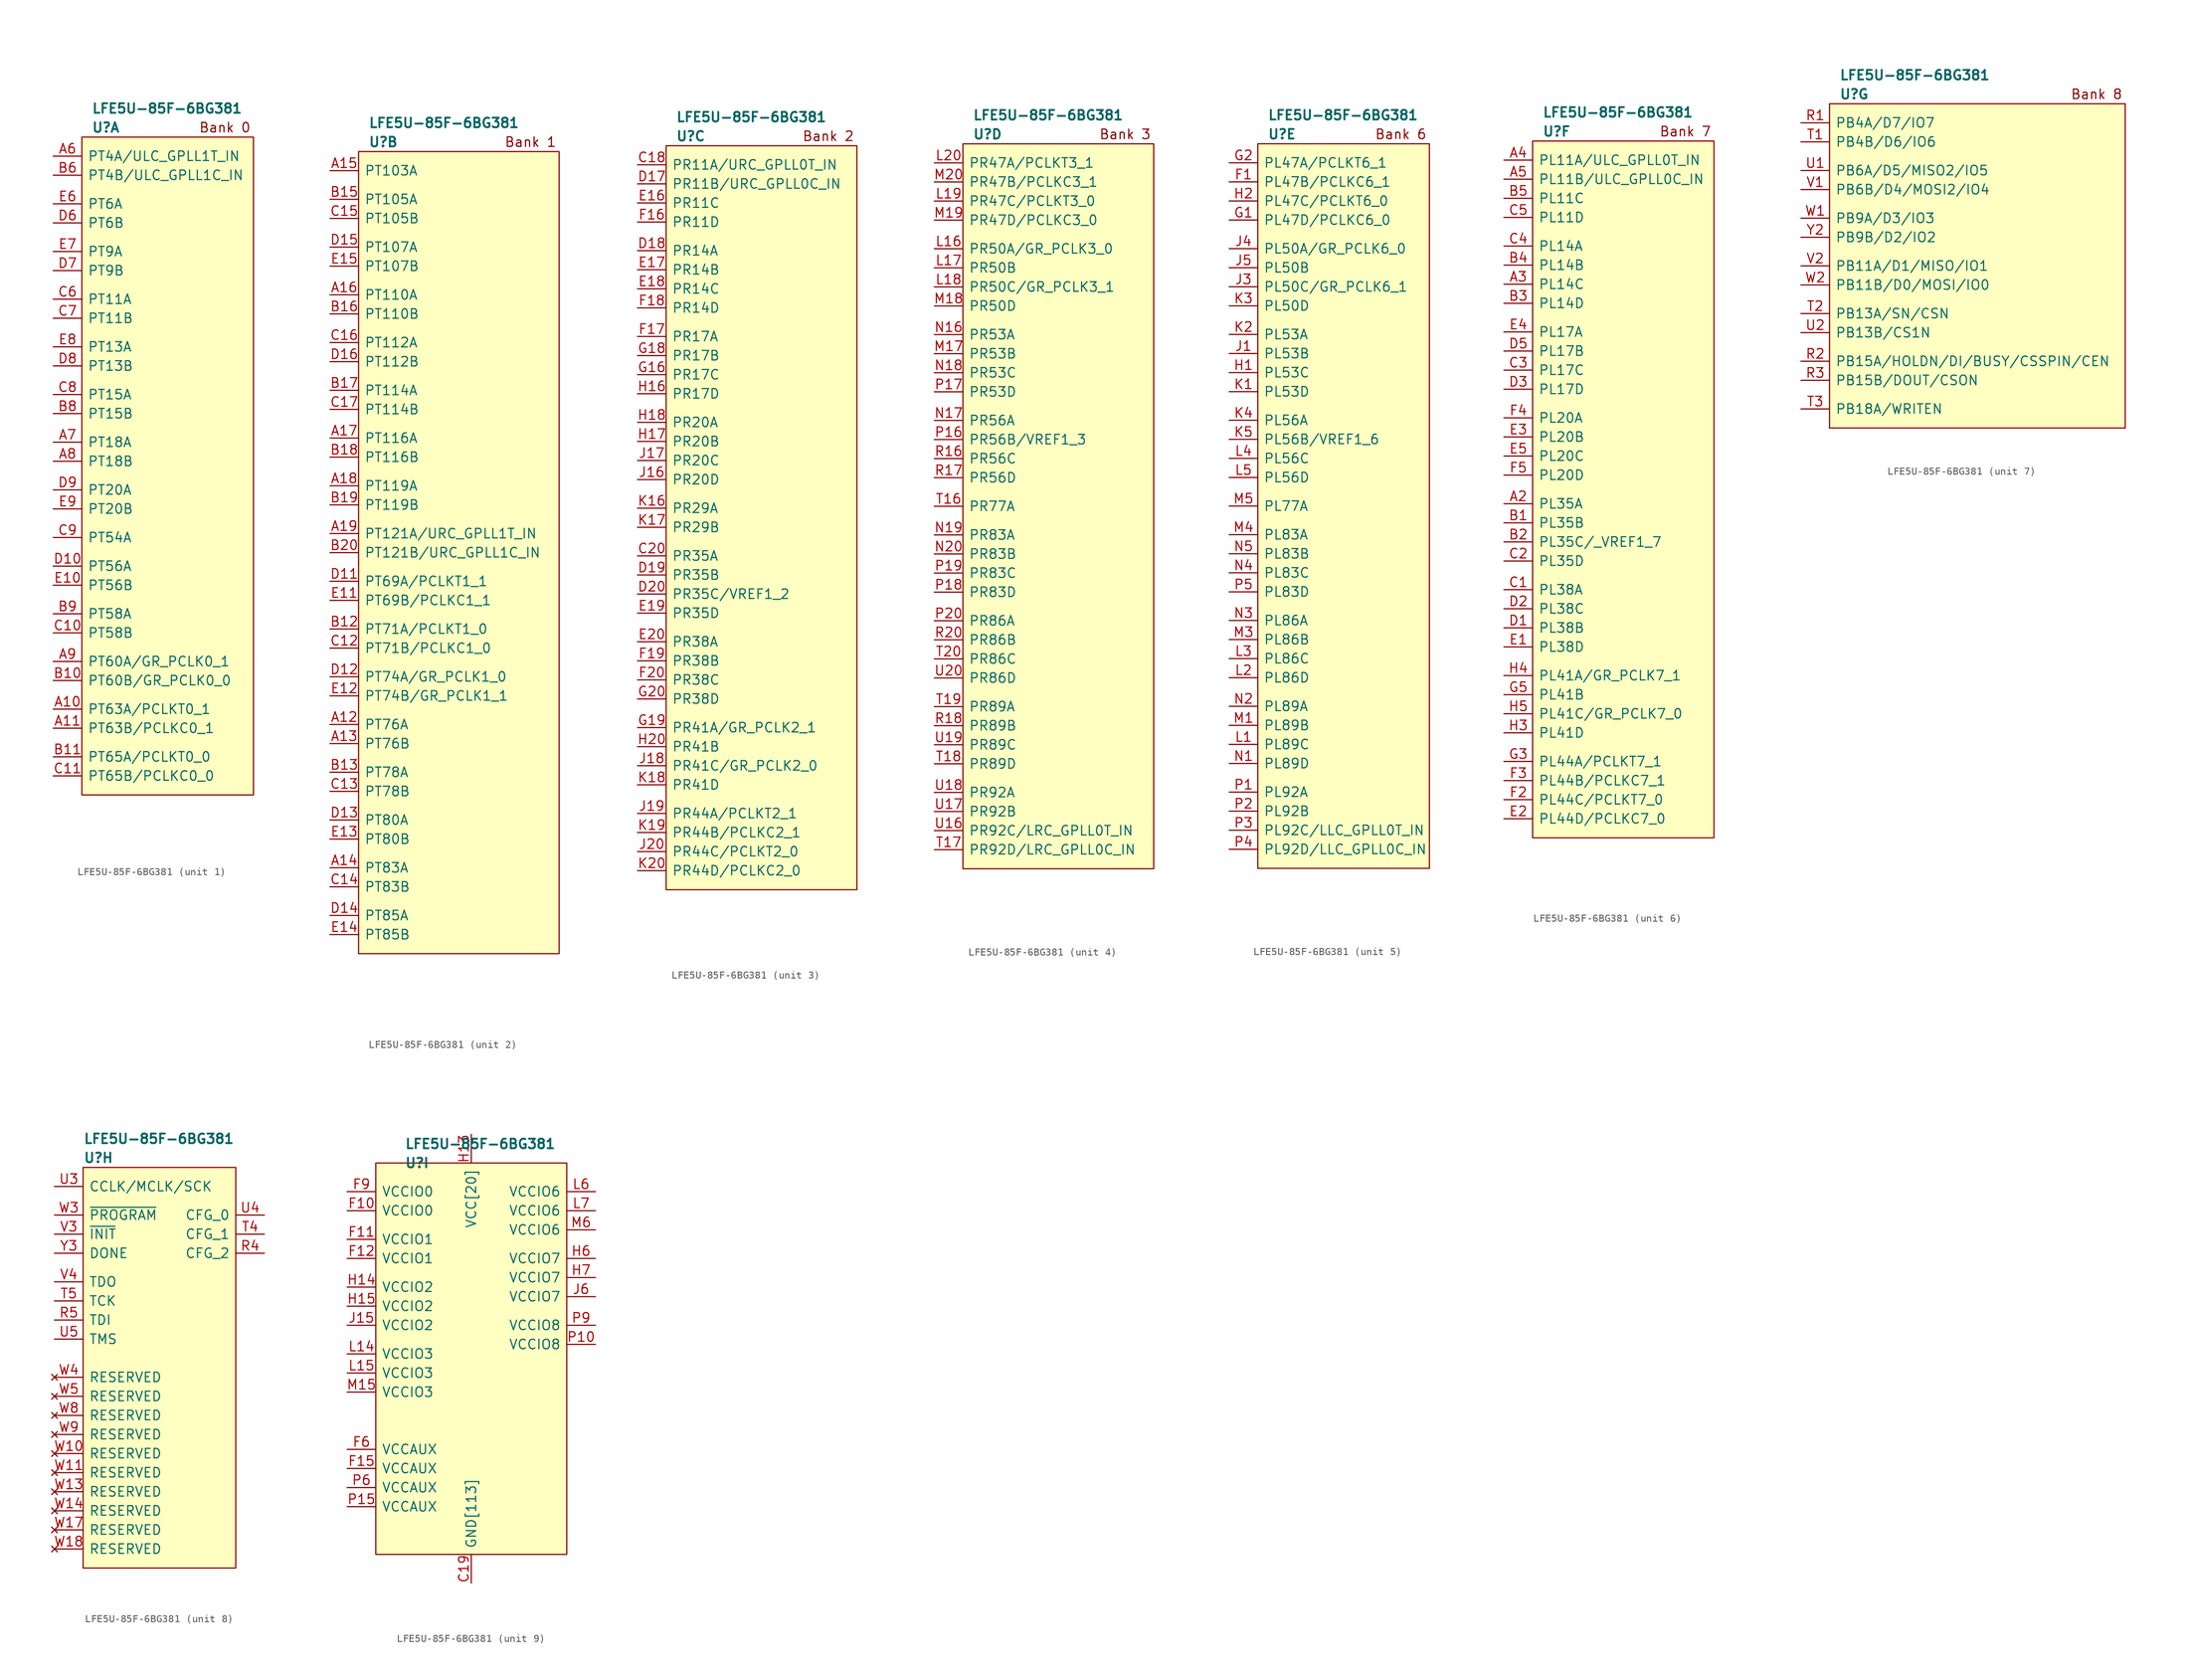
<source format=kicad_sym>
(kicad_symbol_lib
  (version 20211014)
  (generator kicad_symbol_editor)
  (symbol "LFE5U-85F-6BG381"
    (pin_names
      (offset 0.762))
    (property "Reference" "U"
      (at -8.89 45.72 0)
      (effects (font (size 1.27 1.27) bold) (justify left)))
    (property "Value" "LFE5U-85F-6BG381"
      (at -8.89 48.26 0)
      (effects (font (size 1.27 1.27) bold) (justify left)))
    (property "ki_locked" ""
      (at 0 0 0)
      (effects (font (size 1.27 1.27))))
    (symbol "LFE5U-85F-6BG381_1_0"
      (text "Bank 0" (at 8.89 45.72 0) (effects (font (size 1.27 1.27)))))
    (symbol "LFE5U-85F-6BG381_1_1"
      (rectangle (start -10.16 44.45) (end 12.7 -43.18) (stroke (width 0) (type default) (color 0 0 0 0)) (fill (type background)))
      (pin bidirectional line (at -13.97 -31.75 0) (length 3.81) (name "PT63A/PCLKT0_1" (effects (font (size 1.27 1.27)))) (number "A10" (effects (font (size 1.27 1.27)))))
      (pin bidirectional line (at -13.97 -34.29 0) (length 3.81) (name "PT63B/PCLKC0_1" (effects (font (size 1.27 1.27)))) (number "A11" (effects (font (size 1.27 1.27)))))
      (pin bidirectional line (at -13.97 41.91 0) (length 3.81) (name "PT4A/ULC_GPLL1T_IN" (effects (font (size 1.27 1.27)))) (number "A6" (effects (font (size 1.27 1.27)))))
      (pin bidirectional line (at -13.97 3.81 0) (length 3.81) (name "PT18A" (effects (font (size 1.27 1.27)))) (number "A7" (effects (font (size 1.27 1.27)))))
      (pin bidirectional line (at -13.97 1.27 0) (length 3.81) (name "PT18B" (effects (font (size 1.27 1.27)))) (number "A8" (effects (font (size 1.27 1.27)))))
      (pin bidirectional line (at -13.97 -25.4 0) (length 3.81) (name "PT60A/GR_PCLK0_1" (effects (font (size 1.27 1.27)))) (number "A9" (effects (font (size 1.27 1.27)))))
      (pin bidirectional line (at -13.97 -27.94 0) (length 3.81) (name "PT60B/GR_PCLK0_0" (effects (font (size 1.27 1.27)))) (number "B10" (effects (font (size 1.27 1.27)))))
      (pin bidirectional line (at -13.97 -38.1 0) (length 3.81) (name "PT65A/PCLKT0_0" (effects (font (size 1.27 1.27)))) (number "B11" (effects (font (size 1.27 1.27)))))
      (pin bidirectional line (at -13.97 39.37 0) (length 3.81) (name "PT4B/ULC_GPLL1C_IN" (effects (font (size 1.27 1.27)))) (number "B6" (effects (font (size 1.27 1.27)))))
      (pin bidirectional line (at -13.97 7.62 0) (length 3.81) (name "PT15B" (effects (font (size 1.27 1.27)))) (number "B8" (effects (font (size 1.27 1.27)))))
      (pin bidirectional line (at -13.97 -19.05 0) (length 3.81) (name "PT58A" (effects (font (size 1.27 1.27)))) (number "B9" (effects (font (size 1.27 1.27)))))
      (pin bidirectional line (at -13.97 -21.59 0) (length 3.81) (name "PT58B" (effects (font (size 1.27 1.27)))) (number "C10" (effects (font (size 1.27 1.27)))))
      (pin bidirectional line (at -13.97 -40.64 0) (length 3.81) (name "PT65B/PCLKC0_0" (effects (font (size 1.27 1.27)))) (number "C11" (effects (font (size 1.27 1.27)))))
      (pin bidirectional line (at -13.97 22.86 0) (length 3.81) (name "PT11A" (effects (font (size 1.27 1.27)))) (number "C6" (effects (font (size 1.27 1.27)))))
      (pin bidirectional line (at -13.97 20.32 0) (length 3.81) (name "PT11B" (effects (font (size 1.27 1.27)))) (number "C7" (effects (font (size 1.27 1.27)))))
      (pin bidirectional line (at -13.97 10.16 0) (length 3.81) (name "PT15A" (effects (font (size 1.27 1.27)))) (number "C8" (effects (font (size 1.27 1.27)))))
      (pin bidirectional line (at -13.97 -8.89 0) (length 3.81) (name "PT54A" (effects (font (size 1.27 1.27)))) (number "C9" (effects (font (size 1.27 1.27)))))
      (pin bidirectional line (at -13.97 -12.7 0) (length 3.81) (name "PT56A" (effects (font (size 1.27 1.27)))) (number "D10" (effects (font (size 1.27 1.27)))))
      (pin bidirectional line (at -13.97 33.02 0) (length 3.81) (name "PT6B" (effects (font (size 1.27 1.27)))) (number "D6" (effects (font (size 1.27 1.27)))))
      (pin bidirectional line (at -13.97 26.67 0) (length 3.81) (name "PT9B" (effects (font (size 1.27 1.27)))) (number "D7" (effects (font (size 1.27 1.27)))))
      (pin bidirectional line (at -13.97 13.97 0) (length 3.81) (name "PT13B" (effects (font (size 1.27 1.27)))) (number "D8" (effects (font (size 1.27 1.27)))))
      (pin bidirectional line (at -13.97 -2.54 0) (length 3.81) (name "PT20A" (effects (font (size 1.27 1.27)))) (number "D9" (effects (font (size 1.27 1.27)))))
      (pin bidirectional line (at -13.97 -15.24 0) (length 3.81) (name "PT56B" (effects (font (size 1.27 1.27)))) (number "E10" (effects (font (size 1.27 1.27)))))
      (pin bidirectional line (at -13.97 35.56 0) (length 3.81) (name "PT6A" (effects (font (size 1.27 1.27)))) (number "E6" (effects (font (size 1.27 1.27)))))
      (pin bidirectional line (at -13.97 29.21 0) (length 3.81) (name "PT9A" (effects (font (size 1.27 1.27)))) (number "E7" (effects (font (size 1.27 1.27)))))
      (pin bidirectional line (at -13.97 16.51 0) (length 3.81) (name "PT13A" (effects (font (size 1.27 1.27)))) (number "E8" (effects (font (size 1.27 1.27)))))
      (pin bidirectional line (at -13.97 -5.08 0) (length 3.81) (name "PT20B" (effects (font (size 1.27 1.27)))) (number "E9" (effects (font (size 1.27 1.27))))))
    (symbol "LFE5U-85F-6BG381_2_0"
      (text "Bank 1" (at 12.7 45.72 0) (effects (font (size 1.27 1.27)))))
    (symbol "LFE5U-85F-6BG381_2_1"
      (rectangle (start -10.16 44.45) (end 16.51 -62.23) (stroke (width 0) (type default) (color 0 0 0 0)) (fill (type background)))
      (pin bidirectional line (at -13.97 -31.75 0) (length 3.81) (name "PT76A" (effects (font (size 1.27 1.27)))) (number "A12" (effects (font (size 1.27 1.27)))))
      (pin bidirectional line (at -13.97 -34.29 0) (length 3.81) (name "PT76B" (effects (font (size 1.27 1.27)))) (number "A13" (effects (font (size 1.27 1.27)))))
      (pin bidirectional line (at -13.97 -50.8 0) (length 3.81) (name "PT83A" (effects (font (size 1.27 1.27)))) (number "A14" (effects (font (size 1.27 1.27)))))
      (pin bidirectional line (at -13.97 41.91 0) (length 3.81) (name "PT103A" (effects (font (size 1.27 1.27)))) (number "A15" (effects (font (size 1.27 1.27)))))
      (pin bidirectional line (at -13.97 25.4 0) (length 3.81) (name "PT110A" (effects (font (size 1.27 1.27)))) (number "A16" (effects (font (size 1.27 1.27)))))
      (pin bidirectional line (at -13.97 6.35 0) (length 3.81) (name "PT116A" (effects (font (size 1.27 1.27)))) (number "A17" (effects (font (size 1.27 1.27)))))
      (pin bidirectional line (at -13.97 0 0) (length 3.81) (name "PT119A" (effects (font (size 1.27 1.27)))) (number "A18" (effects (font (size 1.27 1.27)))))
      (pin bidirectional line (at -13.97 -6.35 0) (length 3.81) (name "PT121A/URC_GPLL1T_IN" (effects (font (size 1.27 1.27)))) (number "A19" (effects (font (size 1.27 1.27)))))
      (pin bidirectional line (at -13.97 -19.05 0) (length 3.81) (name "PT71A/PCLKT1_0" (effects (font (size 1.27 1.27)))) (number "B12" (effects (font (size 1.27 1.27)))))
      (pin bidirectional line (at -13.97 -38.1 0) (length 3.81) (name "PT78A" (effects (font (size 1.27 1.27)))) (number "B13" (effects (font (size 1.27 1.27)))))
      (pin bidirectional line (at -13.97 38.1 0) (length 3.81) (name "PT105A" (effects (font (size 1.27 1.27)))) (number "B15" (effects (font (size 1.27 1.27)))))
      (pin bidirectional line (at -13.97 22.86 0) (length 3.81) (name "PT110B" (effects (font (size 1.27 1.27)))) (number "B16" (effects (font (size 1.27 1.27)))))
      (pin bidirectional line (at -13.97 12.7 0) (length 3.81) (name "PT114A" (effects (font (size 1.27 1.27)))) (number "B17" (effects (font (size 1.27 1.27)))))
      (pin bidirectional line (at -13.97 3.81 0) (length 3.81) (name "PT116B" (effects (font (size 1.27 1.27)))) (number "B18" (effects (font (size 1.27 1.27)))))
      (pin bidirectional line (at -13.97 -2.54 0) (length 3.81) (name "PT119B" (effects (font (size 1.27 1.27)))) (number "B19" (effects (font (size 1.27 1.27)))))
      (pin bidirectional line (at -13.97 -8.89 0) (length 3.81) (name "PT121B/URC_GPLL1C_IN" (effects (font (size 1.27 1.27)))) (number "B20" (effects (font (size 1.27 1.27)))))
      (pin bidirectional line (at -13.97 -21.59 0) (length 3.81) (name "PT71B/PCLKC1_0" (effects (font (size 1.27 1.27)))) (number "C12" (effects (font (size 1.27 1.27)))))
      (pin bidirectional line (at -13.97 -40.64 0) (length 3.81) (name "PT78B" (effects (font (size 1.27 1.27)))) (number "C13" (effects (font (size 1.27 1.27)))))
      (pin bidirectional line (at -13.97 -53.34 0) (length 3.81) (name "PT83B" (effects (font (size 1.27 1.27)))) (number "C14" (effects (font (size 1.27 1.27)))))
      (pin bidirectional line (at -13.97 35.56 0) (length 3.81) (name "PT105B" (effects (font (size 1.27 1.27)))) (number "C15" (effects (font (size 1.27 1.27)))))
      (pin bidirectional line (at -13.97 19.05 0) (length 3.81) (name "PT112A" (effects (font (size 1.27 1.27)))) (number "C16" (effects (font (size 1.27 1.27)))))
      (pin bidirectional line (at -13.97 10.16 0) (length 3.81) (name "PT114B" (effects (font (size 1.27 1.27)))) (number "C17" (effects (font (size 1.27 1.27)))))
      (pin bidirectional line (at -13.97 -12.7 0) (length 3.81) (name "PT69A/PCLKT1_1" (effects (font (size 1.27 1.27)))) (number "D11" (effects (font (size 1.27 1.27)))))
      (pin bidirectional line (at -13.97 -25.4 0) (length 3.81) (name "PT74A/GR_PCLK1_0" (effects (font (size 1.27 1.27)))) (number "D12" (effects (font (size 1.27 1.27)))))
      (pin bidirectional line (at -13.97 -44.45 0) (length 3.81) (name "PT80A" (effects (font (size 1.27 1.27)))) (number "D13" (effects (font (size 1.27 1.27)))))
      (pin bidirectional line (at -13.97 -57.15 0) (length 3.81) (name "PT85A" (effects (font (size 1.27 1.27)))) (number "D14" (effects (font (size 1.27 1.27)))))
      (pin bidirectional line (at -13.97 31.75 0) (length 3.81) (name "PT107A" (effects (font (size 1.27 1.27)))) (number "D15" (effects (font (size 1.27 1.27)))))
      (pin bidirectional line (at -13.97 16.51 0) (length 3.81) (name "PT112B" (effects (font (size 1.27 1.27)))) (number "D16" (effects (font (size 1.27 1.27)))))
      (pin bidirectional line (at -13.97 -15.24 0) (length 3.81) (name "PT69B/PCLKC1_1" (effects (font (size 1.27 1.27)))) (number "E11" (effects (font (size 1.27 1.27)))))
      (pin bidirectional line (at -13.97 -27.94 0) (length 3.81) (name "PT74B/GR_PCLK1_1" (effects (font (size 1.27 1.27)))) (number "E12" (effects (font (size 1.27 1.27)))))
      (pin bidirectional line (at -13.97 -46.99 0) (length 3.81) (name "PT80B" (effects (font (size 1.27 1.27)))) (number "E13" (effects (font (size 1.27 1.27)))))
      (pin bidirectional line (at -13.97 -59.69 0) (length 3.81) (name "PT85B" (effects (font (size 1.27 1.27)))) (number "E14" (effects (font (size 1.27 1.27)))))
      (pin bidirectional line (at -13.97 29.21 0) (length 3.81) (name "PT107B" (effects (font (size 1.27 1.27)))) (number "E15" (effects (font (size 1.27 1.27))))))
    (symbol "LFE5U-85F-6BG381_3_0"
      (text "Bank 2" (at 11.43 45.72 0) (effects (font (size 1.27 1.27)))))
    (symbol "LFE5U-85F-6BG381_3_1"
      (rectangle (start -10.16 44.45) (end 15.24 -54.61) (stroke (width 0) (type default) (color 0 0 0 0)) (fill (type background)))
      (pin bidirectional line (at -13.97 41.91 0) (length 3.81) (name "PR11A/URC_GPLL0T_IN" (effects (font (size 1.27 1.27)))) (number "C18" (effects (font (size 1.27 1.27)))))
      (pin bidirectional line (at -13.97 -10.16 0) (length 3.81) (name "PR35A" (effects (font (size 1.27 1.27)))) (number "C20" (effects (font (size 1.27 1.27)))))
      (pin bidirectional line (at -13.97 39.37 0) (length 3.81) (name "PR11B/URC_GPLL0C_IN" (effects (font (size 1.27 1.27)))) (number "D17" (effects (font (size 1.27 1.27)))))
      (pin bidirectional line (at -13.97 30.48 0) (length 3.81) (name "PR14A" (effects (font (size 1.27 1.27)))) (number "D18" (effects (font (size 1.27 1.27)))))
      (pin bidirectional line (at -13.97 -12.7 0) (length 3.81) (name "PR35B" (effects (font (size 1.27 1.27)))) (number "D19" (effects (font (size 1.27 1.27)))))
      (pin bidirectional line (at -13.97 -15.24 0) (length 3.81) (name "PR35C/VREF1_2" (effects (font (size 1.27 1.27)))) (number "D20" (effects (font (size 1.27 1.27)))))
      (pin bidirectional line (at -13.97 36.83 0) (length 3.81) (name "PR11C" (effects (font (size 1.27 1.27)))) (number "E16" (effects (font (size 1.27 1.27)))))
      (pin bidirectional line (at -13.97 27.94 0) (length 3.81) (name "PR14B" (effects (font (size 1.27 1.27)))) (number "E17" (effects (font (size 1.27 1.27)))))
      (pin bidirectional line (at -13.97 25.4 0) (length 3.81) (name "PR14C" (effects (font (size 1.27 1.27)))) (number "E18" (effects (font (size 1.27 1.27)))))
      (pin bidirectional line (at -13.97 -17.78 0) (length 3.81) (name "PR35D" (effects (font (size 1.27 1.27)))) (number "E19" (effects (font (size 1.27 1.27)))))
      (pin bidirectional line (at -13.97 -21.59 0) (length 3.81) (name "PR38A" (effects (font (size 1.27 1.27)))) (number "E20" (effects (font (size 1.27 1.27)))))
      (pin bidirectional line (at -13.97 34.29 0) (length 3.81) (name "PR11D" (effects (font (size 1.27 1.27)))) (number "F16" (effects (font (size 1.27 1.27)))))
      (pin bidirectional line (at -13.97 19.05 0) (length 3.81) (name "PR17A" (effects (font (size 1.27 1.27)))) (number "F17" (effects (font (size 1.27 1.27)))))
      (pin bidirectional line (at -13.97 22.86 0) (length 3.81) (name "PR14D" (effects (font (size 1.27 1.27)))) (number "F18" (effects (font (size 1.27 1.27)))))
      (pin bidirectional line (at -13.97 -24.13 0) (length 3.81) (name "PR38B" (effects (font (size 1.27 1.27)))) (number "F19" (effects (font (size 1.27 1.27)))))
      (pin bidirectional line (at -13.97 -26.67 0) (length 3.81) (name "PR38C" (effects (font (size 1.27 1.27)))) (number "F20" (effects (font (size 1.27 1.27)))))
      (pin bidirectional line (at -13.97 13.97 0) (length 3.81) (name "PR17C" (effects (font (size 1.27 1.27)))) (number "G16" (effects (font (size 1.27 1.27)))))
      (pin bidirectional line (at -13.97 16.51 0) (length 3.81) (name "PR17B" (effects (font (size 1.27 1.27)))) (number "G18" (effects (font (size 1.27 1.27)))))
      (pin bidirectional line (at -13.97 -33.02 0) (length 3.81) (name "PR41A/GR_PCLK2_1" (effects (font (size 1.27 1.27)))) (number "G19" (effects (font (size 1.27 1.27)))))
      (pin bidirectional line (at -13.97 -29.21 0) (length 3.81) (name "PR38D" (effects (font (size 1.27 1.27)))) (number "G20" (effects (font (size 1.27 1.27)))))
      (pin bidirectional line (at -13.97 11.43 0) (length 3.81) (name "PR17D" (effects (font (size 1.27 1.27)))) (number "H16" (effects (font (size 1.27 1.27)))))
      (pin bidirectional line (at -13.97 5.08 0) (length 3.81) (name "PR20B" (effects (font (size 1.27 1.27)))) (number "H17" (effects (font (size 1.27 1.27)))))
      (pin bidirectional line (at -13.97 7.62 0) (length 3.81) (name "PR20A" (effects (font (size 1.27 1.27)))) (number "H18" (effects (font (size 1.27 1.27)))))
      (pin bidirectional line (at -13.97 -35.56 0) (length 3.81) (name "PR41B" (effects (font (size 1.27 1.27)))) (number "H20" (effects (font (size 1.27 1.27)))))
      (pin bidirectional line (at -13.97 0 0) (length 3.81) (name "PR20D" (effects (font (size 1.27 1.27)))) (number "J16" (effects (font (size 1.27 1.27)))))
      (pin bidirectional line (at -13.97 2.54 0) (length 3.81) (name "PR20C" (effects (font (size 1.27 1.27)))) (number "J17" (effects (font (size 1.27 1.27)))))
      (pin bidirectional line (at -13.97 -38.1 0) (length 3.81) (name "PR41C/GR_PCLK2_0" (effects (font (size 1.27 1.27)))) (number "J18" (effects (font (size 1.27 1.27)))))
      (pin bidirectional line (at -13.97 -44.45 0) (length 3.81) (name "PR44A/PCLKT2_1" (effects (font (size 1.27 1.27)))) (number "J19" (effects (font (size 1.27 1.27)))))
      (pin bidirectional line (at -13.97 -49.53 0) (length 3.81) (name "PR44C/PCLKT2_0" (effects (font (size 1.27 1.27)))) (number "J20" (effects (font (size 1.27 1.27)))))
      (pin bidirectional line (at -13.97 -3.81 0) (length 3.81) (name "PR29A" (effects (font (size 1.27 1.27)))) (number "K16" (effects (font (size 1.27 1.27)))))
      (pin bidirectional line (at -13.97 -6.35 0) (length 3.81) (name "PR29B" (effects (font (size 1.27 1.27)))) (number "K17" (effects (font (size 1.27 1.27)))))
      (pin bidirectional line (at -13.97 -40.64 0) (length 3.81) (name "PR41D" (effects (font (size 1.27 1.27)))) (number "K18" (effects (font (size 1.27 1.27)))))
      (pin bidirectional line (at -13.97 -46.99 0) (length 3.81) (name "PR44B/PCLKC2_1" (effects (font (size 1.27 1.27)))) (number "K19" (effects (font (size 1.27 1.27)))))
      (pin bidirectional line (at -13.97 -52.07 0) (length 3.81) (name "PR44D/PCLKC2_0" (effects (font (size 1.27 1.27)))) (number "K20" (effects (font (size 1.27 1.27))))))
    (symbol "LFE5U-85F-6BG381_4_0"
      (text "Bank 3" (at 11.43 45.72 0) (effects (font (size 1.27 1.27)))))
    (symbol "LFE5U-85F-6BG381_4_1"
      (rectangle (start -10.16 44.45) (end 15.24 -52.07) (stroke (width 0) (type default) (color 0 0 0 0)) (fill (type background)))
      (pin bidirectional line (at -13.97 30.48 0) (length 3.81) (name "PR50A/GR_PCLK3_0" (effects (font (size 1.27 1.27)))) (number "L16" (effects (font (size 1.27 1.27)))))
      (pin bidirectional line (at -13.97 27.94 0) (length 3.81) (name "PR50B" (effects (font (size 1.27 1.27)))) (number "L17" (effects (font (size 1.27 1.27)))))
      (pin bidirectional line (at -13.97 25.4 0) (length 3.81) (name "PR50C/GR_PCLK3_1" (effects (font (size 1.27 1.27)))) (number "L18" (effects (font (size 1.27 1.27)))))
      (pin bidirectional line (at -13.97 36.83 0) (length 3.81) (name "PR47C/PCLKT3_0" (effects (font (size 1.27 1.27)))) (number "L19" (effects (font (size 1.27 1.27)))))
      (pin bidirectional line (at -13.97 41.91 0) (length 3.81) (name "PR47A/PCLKT3_1" (effects (font (size 1.27 1.27)))) (number "L20" (effects (font (size 1.27 1.27)))))
      (pin bidirectional line (at -13.97 16.51 0) (length 3.81) (name "PR53B" (effects (font (size 1.27 1.27)))) (number "M17" (effects (font (size 1.27 1.27)))))
      (pin bidirectional line (at -13.97 22.86 0) (length 3.81) (name "PR50D" (effects (font (size 1.27 1.27)))) (number "M18" (effects (font (size 1.27 1.27)))))
      (pin bidirectional line (at -13.97 34.29 0) (length 3.81) (name "PR47D/PCLKC3_0" (effects (font (size 1.27 1.27)))) (number "M19" (effects (font (size 1.27 1.27)))))
      (pin bidirectional line (at -13.97 39.37 0) (length 3.81) (name "PR47B/PCLKC3_1" (effects (font (size 1.27 1.27)))) (number "M20" (effects (font (size 1.27 1.27)))))
      (pin bidirectional line (at -13.97 19.05 0) (length 3.81) (name "PR53A" (effects (font (size 1.27 1.27)))) (number "N16" (effects (font (size 1.27 1.27)))))
      (pin bidirectional line (at -13.97 7.62 0) (length 3.81) (name "PR56A" (effects (font (size 1.27 1.27)))) (number "N17" (effects (font (size 1.27 1.27)))))
      (pin bidirectional line (at -13.97 13.97 0) (length 3.81) (name "PR53C" (effects (font (size 1.27 1.27)))) (number "N18" (effects (font (size 1.27 1.27)))))
      (pin bidirectional line (at -13.97 -7.62 0) (length 3.81) (name "PR83A" (effects (font (size 1.27 1.27)))) (number "N19" (effects (font (size 1.27 1.27)))))
      (pin bidirectional line (at -13.97 -10.16 0) (length 3.81) (name "PR83B" (effects (font (size 1.27 1.27)))) (number "N20" (effects (font (size 1.27 1.27)))))
      (pin bidirectional line (at -13.97 5.08 0) (length 3.81) (name "PR56B/VREF1_3" (effects (font (size 1.27 1.27)))) (number "P16" (effects (font (size 1.27 1.27)))))
      (pin bidirectional line (at -13.97 11.43 0) (length 3.81) (name "PR53D" (effects (font (size 1.27 1.27)))) (number "P17" (effects (font (size 1.27 1.27)))))
      (pin bidirectional line (at -13.97 -15.24 0) (length 3.81) (name "PR83D" (effects (font (size 1.27 1.27)))) (number "P18" (effects (font (size 1.27 1.27)))))
      (pin bidirectional line (at -13.97 -12.7 0) (length 3.81) (name "PR83C" (effects (font (size 1.27 1.27)))) (number "P19" (effects (font (size 1.27 1.27)))))
      (pin bidirectional line (at -13.97 -19.05 0) (length 3.81) (name "PR86A" (effects (font (size 1.27 1.27)))) (number "P20" (effects (font (size 1.27 1.27)))))
      (pin bidirectional line (at -13.97 2.54 0) (length 3.81) (name "PR56C" (effects (font (size 1.27 1.27)))) (number "R16" (effects (font (size 1.27 1.27)))))
      (pin bidirectional line (at -13.97 0 0) (length 3.81) (name "PR56D" (effects (font (size 1.27 1.27)))) (number "R17" (effects (font (size 1.27 1.27)))))
      (pin bidirectional line (at -13.97 -33.02 0) (length 3.81) (name "PR89B" (effects (font (size 1.27 1.27)))) (number "R18" (effects (font (size 1.27 1.27)))))
      (pin bidirectional line (at -13.97 -21.59 0) (length 3.81) (name "PR86B" (effects (font (size 1.27 1.27)))) (number "R20" (effects (font (size 1.27 1.27)))))
      (pin bidirectional line (at -13.97 -3.81 0) (length 3.81) (name "PR77A" (effects (font (size 1.27 1.27)))) (number "T16" (effects (font (size 1.27 1.27)))))
      (pin bidirectional line (at -13.97 -49.53 0) (length 3.81) (name "PR92D/LRC_GPLL0C_IN" (effects (font (size 1.27 1.27)))) (number "T17" (effects (font (size 1.27 1.27)))))
      (pin bidirectional line (at -13.97 -38.1 0) (length 3.81) (name "PR89D" (effects (font (size 1.27 1.27)))) (number "T18" (effects (font (size 1.27 1.27)))))
      (pin bidirectional line (at -13.97 -30.48 0) (length 3.81) (name "PR89A" (effects (font (size 1.27 1.27)))) (number "T19" (effects (font (size 1.27 1.27)))))
      (pin bidirectional line (at -13.97 -24.13 0) (length 3.81) (name "PR86C" (effects (font (size 1.27 1.27)))) (number "T20" (effects (font (size 1.27 1.27)))))
      (pin bidirectional line (at -13.97 -46.99 0) (length 3.81) (name "PR92C/LRC_GPLL0T_IN" (effects (font (size 1.27 1.27)))) (number "U16" (effects (font (size 1.27 1.27)))))
      (pin bidirectional line (at -13.97 -44.45 0) (length 3.81) (name "PR92B" (effects (font (size 1.27 1.27)))) (number "U17" (effects (font (size 1.27 1.27)))))
      (pin bidirectional line (at -13.97 -41.91 0) (length 3.81) (name "PR92A" (effects (font (size 1.27 1.27)))) (number "U18" (effects (font (size 1.27 1.27)))))
      (pin bidirectional line (at -13.97 -35.56 0) (length 3.81) (name "PR89C" (effects (font (size 1.27 1.27)))) (number "U19" (effects (font (size 1.27 1.27)))))
      (pin bidirectional line (at -13.97 -26.67 0) (length 3.81) (name "PR86D" (effects (font (size 1.27 1.27)))) (number "U20" (effects (font (size 1.27 1.27))))))
    (symbol "LFE5U-85F-6BG381_5_0"
      (text "Bank 6" (at 8.89 45.72 0) (effects (font (size 1.27 1.27)))))
    (symbol "LFE5U-85F-6BG381_5_1"
      (rectangle (start -10.16 44.45) (end 12.7 -52.07) (stroke (width 0) (type default) (color 0 0 0 0)) (fill (type background)))
      (pin bidirectional line (at -13.97 39.37 0) (length 3.81) (name "PL47B/PCLKC6_1" (effects (font (size 1.27 1.27)))) (number "F1" (effects (font (size 1.27 1.27)))))
      (pin bidirectional line (at -13.97 34.29 0) (length 3.81) (name "PL47D/PCLKC6_0" (effects (font (size 1.27 1.27)))) (number "G1" (effects (font (size 1.27 1.27)))))
      (pin bidirectional line (at -13.97 41.91 0) (length 3.81) (name "PL47A/PCLKT6_1" (effects (font (size 1.27 1.27)))) (number "G2" (effects (font (size 1.27 1.27)))))
      (pin bidirectional line (at -13.97 13.97 0) (length 3.81) (name "PL53C" (effects (font (size 1.27 1.27)))) (number "H1" (effects (font (size 1.27 1.27)))))
      (pin bidirectional line (at -13.97 36.83 0) (length 3.81) (name "PL47C/PCLKT6_0" (effects (font (size 1.27 1.27)))) (number "H2" (effects (font (size 1.27 1.27)))))
      (pin bidirectional line (at -13.97 16.51 0) (length 3.81) (name "PL53B" (effects (font (size 1.27 1.27)))) (number "J1" (effects (font (size 1.27 1.27)))))
      (pin bidirectional line (at -13.97 25.4 0) (length 3.81) (name "PL50C/GR_PCLK6_1" (effects (font (size 1.27 1.27)))) (number "J3" (effects (font (size 1.27 1.27)))))
      (pin bidirectional line (at -13.97 30.48 0) (length 3.81) (name "PL50A/GR_PCLK6_0" (effects (font (size 1.27 1.27)))) (number "J4" (effects (font (size 1.27 1.27)))))
      (pin bidirectional line (at -13.97 27.94 0) (length 3.81) (name "PL50B" (effects (font (size 1.27 1.27)))) (number "J5" (effects (font (size 1.27 1.27)))))
      (pin bidirectional line (at -13.97 11.43 0) (length 3.81) (name "PL53D" (effects (font (size 1.27 1.27)))) (number "K1" (effects (font (size 1.27 1.27)))))
      (pin bidirectional line (at -13.97 19.05 0) (length 3.81) (name "PL53A" (effects (font (size 1.27 1.27)))) (number "K2" (effects (font (size 1.27 1.27)))))
      (pin bidirectional line (at -13.97 22.86 0) (length 3.81) (name "PL50D" (effects (font (size 1.27 1.27)))) (number "K3" (effects (font (size 1.27 1.27)))))
      (pin bidirectional line (at -13.97 7.62 0) (length 3.81) (name "PL56A" (effects (font (size 1.27 1.27)))) (number "K4" (effects (font (size 1.27 1.27)))))
      (pin bidirectional line (at -13.97 5.08 0) (length 3.81) (name "PL56B/VREF1_6" (effects (font (size 1.27 1.27)))) (number "K5" (effects (font (size 1.27 1.27)))))
      (pin bidirectional line (at -13.97 -35.56 0) (length 3.81) (name "PL89C" (effects (font (size 1.27 1.27)))) (number "L1" (effects (font (size 1.27 1.27)))))
      (pin bidirectional line (at -13.97 -26.67 0) (length 3.81) (name "PL86D" (effects (font (size 1.27 1.27)))) (number "L2" (effects (font (size 1.27 1.27)))))
      (pin bidirectional line (at -13.97 -24.13 0) (length 3.81) (name "PL86C" (effects (font (size 1.27 1.27)))) (number "L3" (effects (font (size 1.27 1.27)))))
      (pin bidirectional line (at -13.97 2.54 0) (length 3.81) (name "PL56C" (effects (font (size 1.27 1.27)))) (number "L4" (effects (font (size 1.27 1.27)))))
      (pin bidirectional line (at -13.97 0 0) (length 3.81) (name "PL56D" (effects (font (size 1.27 1.27)))) (number "L5" (effects (font (size 1.27 1.27)))))
      (pin bidirectional line (at -13.97 -33.02 0) (length 3.81) (name "PL89B" (effects (font (size 1.27 1.27)))) (number "M1" (effects (font (size 1.27 1.27)))))
      (pin bidirectional line (at -13.97 -21.59 0) (length 3.81) (name "PL86B" (effects (font (size 1.27 1.27)))) (number "M3" (effects (font (size 1.27 1.27)))))
      (pin bidirectional line (at -13.97 -7.62 0) (length 3.81) (name "PL83A" (effects (font (size 1.27 1.27)))) (number "M4" (effects (font (size 1.27 1.27)))))
      (pin bidirectional line (at -13.97 -3.81 0) (length 3.81) (name "PL77A" (effects (font (size 1.27 1.27)))) (number "M5" (effects (font (size 1.27 1.27)))))
      (pin bidirectional line (at -13.97 -38.1 0) (length 3.81) (name "PL89D" (effects (font (size 1.27 1.27)))) (number "N1" (effects (font (size 1.27 1.27)))))
      (pin bidirectional line (at -13.97 -30.48 0) (length 3.81) (name "PL89A" (effects (font (size 1.27 1.27)))) (number "N2" (effects (font (size 1.27 1.27)))))
      (pin bidirectional line (at -13.97 -19.05 0) (length 3.81) (name "PL86A" (effects (font (size 1.27 1.27)))) (number "N3" (effects (font (size 1.27 1.27)))))
      (pin bidirectional line (at -13.97 -12.7 0) (length 3.81) (name "PL83C" (effects (font (size 1.27 1.27)))) (number "N4" (effects (font (size 1.27 1.27)))))
      (pin bidirectional line (at -13.97 -10.16 0) (length 3.81) (name "PL83B" (effects (font (size 1.27 1.27)))) (number "N5" (effects (font (size 1.27 1.27)))))
      (pin bidirectional line (at -13.97 -41.91 0) (length 3.81) (name "PL92A" (effects (font (size 1.27 1.27)))) (number "P1" (effects (font (size 1.27 1.27)))))
      (pin bidirectional line (at -13.97 -44.45 0) (length 3.81) (name "PL92B" (effects (font (size 1.27 1.27)))) (number "P2" (effects (font (size 1.27 1.27)))))
      (pin bidirectional line (at -13.97 -46.99 0) (length 3.81) (name "PL92C/LLC_GPLL0T_IN" (effects (font (size 1.27 1.27)))) (number "P3" (effects (font (size 1.27 1.27)))))
      (pin bidirectional line (at -13.97 -49.53 0) (length 3.81) (name "PL92D/LLC_GPLL0C_IN" (effects (font (size 1.27 1.27)))) (number "P4" (effects (font (size 1.27 1.27)))))
      (pin bidirectional line (at -13.97 -15.24 0) (length 3.81) (name "PL83D" (effects (font (size 1.27 1.27)))) (number "P5" (effects (font (size 1.27 1.27))))))
    (symbol "LFE5U-85F-6BG381_6_0"
      (text "Bank 7" (at 10.16 45.72 0) (effects (font (size 1.27 1.27)))))
    (symbol "LFE5U-85F-6BG381_6_1"
      (rectangle (start -10.16 44.45) (end 13.97 -48.26) (stroke (width 0) (type default) (color 0 0 0 0)) (fill (type background)))
      (pin bidirectional line (at -13.97 -3.81 0) (length 3.81) (name "PL35A" (effects (font (size 1.27 1.27)))) (number "A2" (effects (font (size 1.27 1.27)))))
      (pin bidirectional line (at -13.97 25.4 0) (length 3.81) (name "PL14C" (effects (font (size 1.27 1.27)))) (number "A3" (effects (font (size 1.27 1.27)))))
      (pin bidirectional line (at -13.97 41.91 0) (length 3.81) (name "PL11A/ULC_GPLL0T_IN" (effects (font (size 1.27 1.27)))) (number "A4" (effects (font (size 1.27 1.27)))))
      (pin bidirectional line (at -13.97 39.37 0) (length 3.81) (name "PL11B/ULC_GPLL0C_IN" (effects (font (size 1.27 1.27)))) (number "A5" (effects (font (size 1.27 1.27)))))
      (pin bidirectional line (at -13.97 -6.35 0) (length 3.81) (name "PL35B" (effects (font (size 1.27 1.27)))) (number "B1" (effects (font (size 1.27 1.27)))))
      (pin bidirectional line (at -13.97 -8.89 0) (length 3.81) (name "PL35C/_VREF1_7" (effects (font (size 1.27 1.27)))) (number "B2" (effects (font (size 1.27 1.27)))))
      (pin bidirectional line (at -13.97 22.86 0) (length 3.81) (name "PL14D" (effects (font (size 1.27 1.27)))) (number "B3" (effects (font (size 1.27 1.27)))))
      (pin bidirectional line (at -13.97 27.94 0) (length 3.81) (name "PL14B" (effects (font (size 1.27 1.27)))) (number "B4" (effects (font (size 1.27 1.27)))))
      (pin bidirectional line (at -13.97 36.83 0) (length 3.81) (name "PL11C" (effects (font (size 1.27 1.27)))) (number "B5" (effects (font (size 1.27 1.27)))))
      (pin bidirectional line (at -13.97 -15.24 0) (length 3.81) (name "PL38A" (effects (font (size 1.27 1.27)))) (number "C1" (effects (font (size 1.27 1.27)))))
      (pin bidirectional line (at -13.97 -11.43 0) (length 3.81) (name "PL35D" (effects (font (size 1.27 1.27)))) (number "C2" (effects (font (size 1.27 1.27)))))
      (pin bidirectional line (at -13.97 13.97 0) (length 3.81) (name "PL17C" (effects (font (size 1.27 1.27)))) (number "C3" (effects (font (size 1.27 1.27)))))
      (pin bidirectional line (at -13.97 30.48 0) (length 3.81) (name "PL14A" (effects (font (size 1.27 1.27)))) (number "C4" (effects (font (size 1.27 1.27)))))
      (pin bidirectional line (at -13.97 34.29 0) (length 3.81) (name "PL11D" (effects (font (size 1.27 1.27)))) (number "C5" (effects (font (size 1.27 1.27)))))
      (pin bidirectional line (at -13.97 -20.32 0) (length 3.81) (name "PL38B" (effects (font (size 1.27 1.27)))) (number "D1" (effects (font (size 1.27 1.27)))))
      (pin bidirectional line (at -13.97 -17.78 0) (length 3.81) (name "PL38C" (effects (font (size 1.27 1.27)))) (number "D2" (effects (font (size 1.27 1.27)))))
      (pin bidirectional line (at -13.97 11.43 0) (length 3.81) (name "PL17D" (effects (font (size 1.27 1.27)))) (number "D3" (effects (font (size 1.27 1.27)))))
      (pin bidirectional line (at -13.97 16.51 0) (length 3.81) (name "PL17B" (effects (font (size 1.27 1.27)))) (number "D5" (effects (font (size 1.27 1.27)))))
      (pin bidirectional line (at -13.97 -22.86 0) (length 3.81) (name "PL38D" (effects (font (size 1.27 1.27)))) (number "E1" (effects (font (size 1.27 1.27)))))
      (pin bidirectional line (at -13.97 -45.72 0) (length 3.81) (name "PL44D/PCLKC7_0" (effects (font (size 1.27 1.27)))) (number "E2" (effects (font (size 1.27 1.27)))))
      (pin bidirectional line (at -13.97 5.08 0) (length 3.81) (name "PL20B" (effects (font (size 1.27 1.27)))) (number "E3" (effects (font (size 1.27 1.27)))))
      (pin bidirectional line (at -13.97 19.05 0) (length 3.81) (name "PL17A" (effects (font (size 1.27 1.27)))) (number "E4" (effects (font (size 1.27 1.27)))))
      (pin bidirectional line (at -13.97 2.54 0) (length 3.81) (name "PL20C" (effects (font (size 1.27 1.27)))) (number "E5" (effects (font (size 1.27 1.27)))))
      (pin bidirectional line (at -13.97 -43.18 0) (length 3.81) (name "PL44C/PCLKT7_0" (effects (font (size 1.27 1.27)))) (number "F2" (effects (font (size 1.27 1.27)))))
      (pin bidirectional line (at -13.97 -40.64 0) (length 3.81) (name "PL44B/PCLKC7_1" (effects (font (size 1.27 1.27)))) (number "F3" (effects (font (size 1.27 1.27)))))
      (pin bidirectional line (at -13.97 7.62 0) (length 3.81) (name "PL20A" (effects (font (size 1.27 1.27)))) (number "F4" (effects (font (size 1.27 1.27)))))
      (pin bidirectional line (at -13.97 0 0) (length 3.81) (name "PL20D" (effects (font (size 1.27 1.27)))) (number "F5" (effects (font (size 1.27 1.27)))))
      (pin bidirectional line (at -13.97 -38.1 0) (length 3.81) (name "PL44A/PCLKT7_1" (effects (font (size 1.27 1.27)))) (number "G3" (effects (font (size 1.27 1.27)))))
      (pin bidirectional line (at -13.97 -29.21 0) (length 3.81) (name "PL41B" (effects (font (size 1.27 1.27)))) (number "G5" (effects (font (size 1.27 1.27)))))
      (pin bidirectional line (at -13.97 -34.29 0) (length 3.81) (name "PL41D" (effects (font (size 1.27 1.27)))) (number "H3" (effects (font (size 1.27 1.27)))))
      (pin bidirectional line (at -13.97 -26.67 0) (length 3.81) (name "PL41A/GR_PCLK7_1" (effects (font (size 1.27 1.27)))) (number "H4" (effects (font (size 1.27 1.27)))))
      (pin bidirectional line (at -13.97 -31.75 0) (length 3.81) (name "PL41C/GR_PCLK7_0" (effects (font (size 1.27 1.27)))) (number "H5" (effects (font (size 1.27 1.27))))))
    (symbol "LFE5U-85F-6BG381_7_0"
      (text "Bank 8" (at 25.4 45.72 0) (effects (font (size 1.27 1.27)))))
    (symbol "LFE5U-85F-6BG381_7_1"
      (rectangle (start -10.16 44.45) (end 29.21 1.27) (stroke (width 0) (type default) (color 0 0 0 0)) (fill (type background)))
      (pin bidirectional line (at -13.97 41.91 0) (length 3.81) (name "PB4A/D7/IO7" (effects (font (size 1.27 1.27)))) (number "R1" (effects (font (size 1.27 1.27)))))
      (pin bidirectional line (at -13.97 10.16 0) (length 3.81) (name "PB15A/HOLDN/DI/BUSY/CSSPIN/CEN" (effects (font (size 1.27 1.27)))) (number "R2" (effects (font (size 1.27 1.27)))))
      (pin bidirectional line (at -13.97 7.62 0) (length 3.81) (name "PB15B/DOUT/CSON" (effects (font (size 1.27 1.27)))) (number "R3" (effects (font (size 1.27 1.27)))))
      (pin bidirectional line (at -13.97 39.37 0) (length 3.81) (name "PB4B/D6/IO6" (effects (font (size 1.27 1.27)))) (number "T1" (effects (font (size 1.27 1.27)))))
      (pin bidirectional line (at -13.97 16.51 0) (length 3.81) (name "PB13A/SN/CSN" (effects (font (size 1.27 1.27)))) (number "T2" (effects (font (size 1.27 1.27)))))
      (pin bidirectional line (at -13.97 3.81 0) (length 3.81) (name "PB18A/WRITEN" (effects (font (size 1.27 1.27)))) (number "T3" (effects (font (size 1.27 1.27)))))
      (pin bidirectional line (at -13.97 35.56 0) (length 3.81) (name "PB6A/D5/MISO2/IO5" (effects (font (size 1.27 1.27)))) (number "U1" (effects (font (size 1.27 1.27)))))
      (pin bidirectional line (at -13.97 13.97 0) (length 3.81) (name "PB13B/CS1N" (effects (font (size 1.27 1.27)))) (number "U2" (effects (font (size 1.27 1.27)))))
      (pin bidirectional line (at -13.97 33.02 0) (length 3.81) (name "PB6B/D4/MOSI2/IO4" (effects (font (size 1.27 1.27)))) (number "V1" (effects (font (size 1.27 1.27)))))
      (pin bidirectional line (at -13.97 22.86 0) (length 3.81) (name "PB11A/D1/MISO/IO1" (effects (font (size 1.27 1.27)))) (number "V2" (effects (font (size 1.27 1.27)))))
      (pin bidirectional line (at -13.97 29.21 0) (length 3.81) (name "PB9A/D3/IO3" (effects (font (size 1.27 1.27)))) (number "W1" (effects (font (size 1.27 1.27)))))
      (pin bidirectional line (at -13.97 20.32 0) (length 3.81) (name "PB11B/D0/MOSI/IO0" (effects (font (size 1.27 1.27)))) (number "W2" (effects (font (size 1.27 1.27)))))
      (pin bidirectional line (at -13.97 26.67 0) (length 3.81) (name "PB9B/D2/IO2" (effects (font (size 1.27 1.27)))) (number "Y2" (effects (font (size 1.27 1.27))))))
    (symbol "LFE5U-85F-6BG381_8_1"
      (rectangle (start -8.89 44.45) (end 11.43 -8.89) (stroke (width 0) (type default) (color 0 0 0 0)) (fill (type background)))
      (pin input line (at 15.24 33.02 180) (length 3.81) (name "CFG_2" (effects (font (size 1.27 1.27)))) (number "R4" (effects (font (size 1.27 1.27)))))
      (pin input line (at -12.7 24.13 0) (length 3.81) (name "TDI" (effects (font (size 1.27 1.27)))) (number "R5" (effects (font (size 1.27 1.27)))))
      (pin input line (at 15.24 35.56 180) (length 3.81) (name "CFG_1" (effects (font (size 1.27 1.27)))) (number "T4" (effects (font (size 1.27 1.27)))))
      (pin input line (at -12.7 26.67 0) (length 3.81) (name "TCK" (effects (font (size 1.27 1.27)))) (number "T5" (effects (font (size 1.27 1.27)))))
      (pin bidirectional line (at -12.7 41.91 0) (length 3.81) (name "CCLK/MCLK/SCK" (effects (font (size 1.27 1.27)))) (number "U3" (effects (font (size 1.27 1.27)))))
      (pin input line (at 15.24 38.1 180) (length 3.81) (name "CFG_0" (effects (font (size 1.27 1.27)))) (number "U4" (effects (font (size 1.27 1.27)))))
      (pin input line (at -12.7 21.59 0) (length 3.81) (name "TMS" (effects (font (size 1.27 1.27)))) (number "U5" (effects (font (size 1.27 1.27)))))
      (pin open_collector line (at -12.7 35.56 0) (length 3.81) (name "~{INIT}" (effects (font (size 1.27 1.27)))) (number "V3" (effects (font (size 1.27 1.27)))))
      (pin output line (at -12.7 29.21 0) (length 3.81) (name "TDO" (effects (font (size 1.27 1.27)))) (number "V4" (effects (font (size 1.27 1.27)))))
      (pin no_connect line (at -12.7 6.35 0) (length 3.81) (name "RESERVED" (effects (font (size 1.27 1.27)))) (number "W10" (effects (font (size 1.27 1.27)))))
      (pin no_connect line (at -12.7 3.81 0) (length 3.81) (name "RESERVED" (effects (font (size 1.27 1.27)))) (number "W11" (effects (font (size 1.27 1.27)))))
      (pin no_connect line (at -12.7 1.27 0) (length 3.81) (name "RESERVED" (effects (font (size 1.27 1.27)))) (number "W13" (effects (font (size 1.27 1.27)))))
      (pin no_connect line (at -12.7 -1.27 0) (length 3.81) (name "RESERVED" (effects (font (size 1.27 1.27)))) (number "W14" (effects (font (size 1.27 1.27)))))
      (pin no_connect line (at -12.7 -3.81 0) (length 3.81) (name "RESERVED" (effects (font (size 1.27 1.27)))) (number "W17" (effects (font (size 1.27 1.27)))))
      (pin no_connect line (at -12.7 -6.35 0) (length 3.81) (name "RESERVED" (effects (font (size 1.27 1.27)))) (number "W18" (effects (font (size 1.27 1.27)))))
      (pin input line (at -12.7 38.1 0) (length 3.81) (name "~{PROGRAM}" (effects (font (size 1.27 1.27)))) (number "W3" (effects (font (size 1.27 1.27)))))
      (pin no_connect line (at -12.7 16.51 0) (length 3.81) (name "RESERVED" (effects (font (size 1.27 1.27)))) (number "W4" (effects (font (size 1.27 1.27)))))
      (pin no_connect line (at -12.7 13.97 0) (length 3.81) (name "RESERVED" (effects (font (size 1.27 1.27)))) (number "W5" (effects (font (size 1.27 1.27)))))
      (pin no_connect line (at -12.7 11.43 0) (length 3.81) (name "RESERVED" (effects (font (size 1.27 1.27)))) (number "W8" (effects (font (size 1.27 1.27)))))
      (pin no_connect line (at -12.7 8.89 0) (length 3.81) (name "RESERVED" (effects (font (size 1.27 1.27)))) (number "W9" (effects (font (size 1.27 1.27)))))
      (pin open_collector line (at -12.7 33.02 0) (length 3.81) (name "DONE" (effects (font (size 1.27 1.27)))) (number "Y3" (effects (font (size 1.27 1.27))))))
    (symbol "LFE5U-85F-6BG381_9_1"
      (rectangle (start -12.7 45.72) (end 12.7 -6.35) (stroke (width 0) (type default) (color 0 0 0 0)) (fill (type background)))
      (pin passive line (at 0 -10.16 90) (length 3.81) hide (name "GND[113]" (effects (font (size 1.27 1.27)))) (number "B14" (effects (font (size 1.27 1.27)))))
      (pin passive line (at 0 -10.16 90) (length 3.81) hide (name "GND[113]" (effects (font (size 1.27 1.27)))) (number "B7" (effects (font (size 1.27 1.27)))))
      (pin power_in line (at 0 -10.16 90) (length 3.81) (name "GND[113]" (effects (font (size 1.27 1.27)))) (number "C19" (effects (font (size 1.27 1.27)))))
      (pin passive line (at 0 -10.16 90) (length 3.81) hide (name "GND[113]" (effects (font (size 1.27 1.27)))) (number "D4" (effects (font (size 1.27 1.27)))))
      (pin power_in line (at -16.51 39.37 0) (length 3.81) (name "VCCIO0" (effects (font (size 1.27 1.27)))) (number "F10" (effects (font (size 1.27 1.27)))))
      (pin passive line (at -16.51 35.56 0) (length 3.81) (name "VCCIO1" (effects (font (size 1.27 1.27)))) (number "F11" (effects (font (size 1.27 1.27)))))
      (pin power_in line (at -16.51 33.02 0) (length 3.81) (name "VCCIO1" (effects (font (size 1.27 1.27)))) (number "F12" (effects (font (size 1.27 1.27)))))
      (pin passive line (at 0 -10.16 90) (length 3.81) hide (name "GND[113]" (effects (font (size 1.27 1.27)))) (number "F13" (effects (font (size 1.27 1.27)))))
      (pin passive line (at 0 -10.16 90) (length 3.81) hide (name "GND[113]" (effects (font (size 1.27 1.27)))) (number "F14" (effects (font (size 1.27 1.27)))))
      (pin passive line (at -16.51 5.08 0) (length 3.81) (name "VCCAUX" (effects (font (size 1.27 1.27)))) (number "F15" (effects (font (size 1.27 1.27)))))
      (pin passive line (at -16.51 7.62 0) (length 3.81) (name "VCCAUX" (effects (font (size 1.27 1.27)))) (number "F6" (effects (font (size 1.27 1.27)))))
      (pin passive line (at 0 -10.16 90) (length 3.81) hide (name "GND[113]" (effects (font (size 1.27 1.27)))) (number "F7" (effects (font (size 1.27 1.27)))))
      (pin passive line (at 0 -10.16 90) (length 3.81) hide (name "GND[113]" (effects (font (size 1.27 1.27)))) (number "F8" (effects (font (size 1.27 1.27)))))
      (pin passive line (at -16.51 41.91 0) (length 3.81) (name "VCCIO0" (effects (font (size 1.27 1.27)))) (number "F9" (effects (font (size 1.27 1.27)))))
      (pin passive line (at 0 -10.16 90) (length 3.81) hide (name "GND[113]" (effects (font (size 1.27 1.27)))) (number "G10" (effects (font (size 1.27 1.27)))))
      (pin passive line (at 0 -10.16 90) (length 3.81) hide (name "GND[113]" (effects (font (size 1.27 1.27)))) (number "G11" (effects (font (size 1.27 1.27)))))
      (pin passive line (at 0 -10.16 90) (length 3.81) hide (name "GND[113]" (effects (font (size 1.27 1.27)))) (number "G12" (effects (font (size 1.27 1.27)))))
      (pin passive line (at 0 -10.16 90) (length 3.81) hide (name "GND[113]" (effects (font (size 1.27 1.27)))) (number "G13" (effects (font (size 1.27 1.27)))))
      (pin passive line (at 0 -10.16 90) (length 3.81) hide (name "GND[113]" (effects (font (size 1.27 1.27)))) (number "G14" (effects (font (size 1.27 1.27)))))
      (pin passive line (at 0 -10.16 90) (length 3.81) hide (name "GND[113]" (effects (font (size 1.27 1.27)))) (number "G15" (effects (font (size 1.27 1.27)))))
      (pin passive line (at 0 -10.16 90) (length 3.81) hide (name "GND[113]" (effects (font (size 1.27 1.27)))) (number "G17" (effects (font (size 1.27 1.27)))))
      (pin passive line (at 0 -10.16 90) (length 3.81) hide (name "GND[113]" (effects (font (size 1.27 1.27)))) (number "G4" (effects (font (size 1.27 1.27)))))
      (pin passive line (at 0 -10.16 90) (length 3.81) hide (name "GND[113]" (effects (font (size 1.27 1.27)))) (number "G6" (effects (font (size 1.27 1.27)))))
      (pin passive line (at 0 -10.16 90) (length 3.81) hide (name "GND[113]" (effects (font (size 1.27 1.27)))) (number "G7" (effects (font (size 1.27 1.27)))))
      (pin passive line (at 0 -10.16 90) (length 3.81) hide (name "GND[113]" (effects (font (size 1.27 1.27)))) (number "G8" (effects (font (size 1.27 1.27)))))
      (pin passive line (at 0 -10.16 90) (length 3.81) hide (name "GND[113]" (effects (font (size 1.27 1.27)))) (number "G9" (effects (font (size 1.27 1.27)))))
      (pin passive line (at 0 49.53 270) (length 3.81) hide (name "VCC[20]" (effects (font (size 1.27 1.27)))) (number "H10" (effects (font (size 1.27 1.27)))))
      (pin passive line (at 0 49.53 270) (length 3.81) hide (name "VCC[20]" (effects (font (size 1.27 1.27)))) (number "H11" (effects (font (size 1.27 1.27)))))
      (pin passive line (at 0 49.53 270) (length 3.81) hide (name "VCC[20]" (effects (font (size 1.27 1.27)))) (number "H12" (effects (font (size 1.27 1.27)))))
      (pin power_in line (at 0 49.53 270) (length 3.81) (name "VCC[20]" (effects (font (size 1.27 1.27)))) (number "H13" (effects (font (size 1.27 1.27)))))
      (pin passive line (at -16.51 29.21 0) (length 3.81) (name "VCCIO2" (effects (font (size 1.27 1.27)))) (number "H14" (effects (font (size 1.27 1.27)))))
      (pin power_in line (at -16.51 26.67 0) (length 3.81) (name "VCCIO2" (effects (font (size 1.27 1.27)))) (number "H15" (effects (font (size 1.27 1.27)))))
      (pin passive line (at 0 -10.16 90) (length 3.81) hide (name "GND[113]" (effects (font (size 1.27 1.27)))) (number "H19" (effects (font (size 1.27 1.27)))))
      (pin passive line (at 16.51 33.02 180) (length 3.81) (name "VCCIO7" (effects (font (size 1.27 1.27)))) (number "H6" (effects (font (size 1.27 1.27)))))
      (pin power_in line (at 16.51 30.48 180) (length 3.81) (name "VCCIO7" (effects (font (size 1.27 1.27)))) (number "H7" (effects (font (size 1.27 1.27)))))
      (pin passive line (at 0 49.53 270) (length 3.81) hide (name "VCC[20]" (effects (font (size 1.27 1.27)))) (number "H8" (effects (font (size 1.27 1.27)))))
      (pin passive line (at 0 49.53 270) (length 3.81) hide (name "VCC[20]" (effects (font (size 1.27 1.27)))) (number "H9" (effects (font (size 1.27 1.27)))))
      (pin passive line (at 0 -10.16 90) (length 3.81) hide (name "GND[113]" (effects (font (size 1.27 1.27)))) (number "J10" (effects (font (size 1.27 1.27)))))
      (pin passive line (at 0 -10.16 90) (length 3.81) hide (name "GND[113]" (effects (font (size 1.27 1.27)))) (number "J11" (effects (font (size 1.27 1.27)))))
      (pin passive line (at 0 -10.16 90) (length 3.81) hide (name "GND[113]" (effects (font (size 1.27 1.27)))) (number "J12" (effects (font (size 1.27 1.27)))))
      (pin passive line (at 0 49.53 270) (length 3.81) hide (name "VCC[20]" (effects (font (size 1.27 1.27)))) (number "J13" (effects (font (size 1.27 1.27)))))
      (pin passive line (at 0 -10.16 90) (length 3.81) hide (name "GND[113]" (effects (font (size 1.27 1.27)))) (number "J14" (effects (font (size 1.27 1.27)))))
      (pin passive line (at -16.51 24.13 0) (length 3.81) (name "VCCIO2" (effects (font (size 1.27 1.27)))) (number "J15" (effects (font (size 1.27 1.27)))))
      (pin passive line (at 0 -10.16 90) (length 3.81) hide (name "GND[113]" (effects (font (size 1.27 1.27)))) (number "J2" (effects (font (size 1.27 1.27)))))
      (pin passive line (at 16.51 27.94 180) (length 3.81) (name "VCCIO7" (effects (font (size 1.27 1.27)))) (number "J6" (effects (font (size 1.27 1.27)))))
      (pin passive line (at 0 -10.16 90) (length 3.81) hide (name "GND[113]" (effects (font (size 1.27 1.27)))) (number "J7" (effects (font (size 1.27 1.27)))))
      (pin passive line (at 0 49.53 270) (length 3.81) hide (name "VCC[20]" (effects (font (size 1.27 1.27)))) (number "J8" (effects (font (size 1.27 1.27)))))
      (pin passive line (at 0 -10.16 90) (length 3.81) hide (name "GND[113]" (effects (font (size 1.27 1.27)))) (number "J9" (effects (font (size 1.27 1.27)))))
      (pin passive line (at 0 -10.16 90) (length 3.81) hide (name "GND[113]" (effects (font (size 1.27 1.27)))) (number "K10" (effects (font (size 1.27 1.27)))))
      (pin passive line (at 0 -10.16 90) (length 3.81) hide (name "GND[113]" (effects (font (size 1.27 1.27)))) (number "K11" (effects (font (size 1.27 1.27)))))
      (pin passive line (at 0 -10.16 90) (length 3.81) hide (name "GND[113]" (effects (font (size 1.27 1.27)))) (number "K12" (effects (font (size 1.27 1.27)))))
      (pin passive line (at 0 49.53 270) (length 3.81) hide (name "VCC[20]" (effects (font (size 1.27 1.27)))) (number "K13" (effects (font (size 1.27 1.27)))))
      (pin passive line (at 0 -10.16 90) (length 3.81) hide (name "GND[113]" (effects (font (size 1.27 1.27)))) (number "K14" (effects (font (size 1.27 1.27)))))
      (pin passive line (at 0 -10.16 90) (length 3.81) hide (name "GND[113]" (effects (font (size 1.27 1.27)))) (number "K15" (effects (font (size 1.27 1.27)))))
      (pin passive line (at 0 -10.16 90) (length 3.81) hide (name "GND[113]" (effects (font (size 1.27 1.27)))) (number "K6" (effects (font (size 1.27 1.27)))))
      (pin passive line (at 0 -10.16 90) (length 3.81) hide (name "GND[113]" (effects (font (size 1.27 1.27)))) (number "K7" (effects (font (size 1.27 1.27)))))
      (pin passive line (at 0 49.53 270) (length 3.81) hide (name "VCC[20]" (effects (font (size 1.27 1.27)))) (number "K8" (effects (font (size 1.27 1.27)))))
      (pin passive line (at 0 -10.16 90) (length 3.81) hide (name "GND[113]" (effects (font (size 1.27 1.27)))) (number "K9" (effects (font (size 1.27 1.27)))))
      (pin passive line (at 0 -10.16 90) (length 3.81) hide (name "GND[113]" (effects (font (size 1.27 1.27)))) (number "L10" (effects (font (size 1.27 1.27)))))
      (pin passive line (at 0 -10.16 90) (length 3.81) hide (name "GND[113]" (effects (font (size 1.27 1.27)))) (number "L11" (effects (font (size 1.27 1.27)))))
      (pin passive line (at 0 -10.16 90) (length 3.81) hide (name "GND[113]" (effects (font (size 1.27 1.27)))) (number "L12" (effects (font (size 1.27 1.27)))))
      (pin passive line (at 0 49.53 270) (length 3.81) hide (name "VCC[20]" (effects (font (size 1.27 1.27)))) (number "L13" (effects (font (size 1.27 1.27)))))
      (pin passive line (at -16.51 20.32 0) (length 3.81) (name "VCCIO3" (effects (font (size 1.27 1.27)))) (number "L14" (effects (font (size 1.27 1.27)))))
      (pin power_in line (at -16.51 17.78 0) (length 3.81) (name "VCCIO3" (effects (font (size 1.27 1.27)))) (number "L15" (effects (font (size 1.27 1.27)))))
      (pin passive line (at 16.51 41.91 180) (length 3.81) (name "VCCIO6" (effects (font (size 1.27 1.27)))) (number "L6" (effects (font (size 1.27 1.27)))))
      (pin power_in line (at 16.51 39.37 180) (length 3.81) (name "VCCIO6" (effects (font (size 1.27 1.27)))) (number "L7" (effects (font (size 1.27 1.27)))))
      (pin passive line (at 0 49.53 270) (length 3.81) hide (name "VCC[20]" (effects (font (size 1.27 1.27)))) (number "L8" (effects (font (size 1.27 1.27)))))
      (pin passive line (at 0 -10.16 90) (length 3.81) hide (name "GND[113]" (effects (font (size 1.27 1.27)))) (number "L9" (effects (font (size 1.27 1.27)))))
      (pin passive line (at 0 -10.16 90) (length 3.81) hide (name "GND[113]" (effects (font (size 1.27 1.27)))) (number "M10" (effects (font (size 1.27 1.27)))))
      (pin passive line (at 0 -10.16 90) (length 3.81) hide (name "GND[113]" (effects (font (size 1.27 1.27)))) (number "M11" (effects (font (size 1.27 1.27)))))
      (pin passive line (at 0 -10.16 90) (length 3.81) hide (name "GND[113]" (effects (font (size 1.27 1.27)))) (number "M12" (effects (font (size 1.27 1.27)))))
      (pin passive line (at 0 49.53 270) (length 3.81) hide (name "VCC[20]" (effects (font (size 1.27 1.27)))) (number "M13" (effects (font (size 1.27 1.27)))))
      (pin passive line (at 0 -10.16 90) (length 3.81) hide (name "GND[113]" (effects (font (size 1.27 1.27)))) (number "M14" (effects (font (size 1.27 1.27)))))
      (pin passive line (at -16.51 15.24 0) (length 3.81) (name "VCCIO3" (effects (font (size 1.27 1.27)))) (number "M15" (effects (font (size 1.27 1.27)))))
      (pin passive line (at 0 -10.16 90) (length 3.81) hide (name "GND[113]" (effects (font (size 1.27 1.27)))) (number "M16" (effects (font (size 1.27 1.27)))))
      (pin passive line (at 0 -10.16 90) (length 3.81) hide (name "GND[113]" (effects (font (size 1.27 1.27)))) (number "M2" (effects (font (size 1.27 1.27)))))
      (pin passive line (at 16.51 36.83 180) (length 3.81) (name "VCCIO6" (effects (font (size 1.27 1.27)))) (number "M6" (effects (font (size 1.27 1.27)))))
      (pin passive line (at 0 -10.16 90) (length 3.81) hide (name "GND[113]" (effects (font (size 1.27 1.27)))) (number "M7" (effects (font (size 1.27 1.27)))))
      (pin passive line (at 0 49.53 270) (length 3.81) hide (name "VCC[20]" (effects (font (size 1.27 1.27)))) (number "M8" (effects (font (size 1.27 1.27)))))
      (pin passive line (at 0 -10.16 90) (length 3.81) hide (name "GND[113]" (effects (font (size 1.27 1.27)))) (number "M9" (effects (font (size 1.27 1.27)))))
      (pin passive line (at 0 49.53 270) (length 3.81) hide (name "VCC[20]" (effects (font (size 1.27 1.27)))) (number "N10" (effects (font (size 1.27 1.27)))))
      (pin passive line (at 0 49.53 270) (length 3.81) hide (name "VCC[20]" (effects (font (size 1.27 1.27)))) (number "N11" (effects (font (size 1.27 1.27)))))
      (pin passive line (at 0 49.53 270) (length 3.81) hide (name "VCC[20]" (effects (font (size 1.27 1.27)))) (number "N12" (effects (font (size 1.27 1.27)))))
      (pin passive line (at 0 49.53 270) (length 3.81) hide (name "VCC[20]" (effects (font (size 1.27 1.27)))) (number "N13" (effects (font (size 1.27 1.27)))))
      (pin passive line (at 0 -10.16 90) (length 3.81) hide (name "GND[113]" (effects (font (size 1.27 1.27)))) (number "N14" (effects (font (size 1.27 1.27)))))
      (pin passive line (at 0 -10.16 90) (length 3.81) hide (name "GND[113]" (effects (font (size 1.27 1.27)))) (number "N15" (effects (font (size 1.27 1.27)))))
      (pin passive line (at 0 -10.16 90) (length 3.81) hide (name "GND[113]" (effects (font (size 1.27 1.27)))) (number "N6" (effects (font (size 1.27 1.27)))))
      (pin passive line (at 0 -10.16 90) (length 3.81) hide (name "GND[113]" (effects (font (size 1.27 1.27)))) (number "N7" (effects (font (size 1.27 1.27)))))
      (pin passive line (at 0 49.53 270) (length 3.81) hide (name "VCC[20]" (effects (font (size 1.27 1.27)))) (number "N8" (effects (font (size 1.27 1.27)))))
      (pin passive line (at 0 49.53 270) (length 3.81) hide (name "VCC[20]" (effects (font (size 1.27 1.27)))) (number "N9" (effects (font (size 1.27 1.27)))))
      (pin power_in line (at 16.51 21.59 180) (length 3.81) (name "VCCIO8" (effects (font (size 1.27 1.27)))) (number "P10" (effects (font (size 1.27 1.27)))))
      (pin passive line (at 0 -10.16 90) (length 3.81) hide (name "GND[113]" (effects (font (size 1.27 1.27)))) (number "P11" (effects (font (size 1.27 1.27)))))
      (pin passive line (at 0 -10.16 90) (length 3.81) hide (name "GND[113]" (effects (font (size 1.27 1.27)))) (number "P12" (effects (font (size 1.27 1.27)))))
      (pin passive line (at 0 -10.16 90) (length 3.81) hide (name "GND[113]" (effects (font (size 1.27 1.27)))) (number "P13" (effects (font (size 1.27 1.27)))))
      (pin passive line (at 0 -10.16 90) (length 3.81) hide (name "GND[113]" (effects (font (size 1.27 1.27)))) (number "P14" (effects (font (size 1.27 1.27)))))
      (pin power_in line (at -16.51 0 0) (length 3.81) (name "VCCAUX" (effects (font (size 1.27 1.27)))) (number "P15" (effects (font (size 1.27 1.27)))))
      (pin passive line (at -16.51 2.54 0) (length 3.81) (name "VCCAUX" (effects (font (size 1.27 1.27)))) (number "P6" (effects (font (size 1.27 1.27)))))
      (pin passive line (at 0 -10.16 90) (length 3.81) hide (name "GND[113]" (effects (font (size 1.27 1.27)))) (number "P7" (effects (font (size 1.27 1.27)))))
      (pin passive line (at 0 -10.16 90) (length 3.81) hide (name "GND[113]" (effects (font (size 1.27 1.27)))) (number "P8" (effects (font (size 1.27 1.27)))))
      (pin passive line (at 16.51 24.13 180) (length 3.81) (name "VCCIO8" (effects (font (size 1.27 1.27)))) (number "P9" (effects (font (size 1.27 1.27)))))
      (pin passive line (at 0 -10.16 90) (length 3.81) hide (name "GND[113]" (effects (font (size 1.27 1.27)))) (number "R19" (effects (font (size 1.27 1.27)))))
      (pin passive line (at 0 -10.16 90) (length 3.81) hide (name "GND[113]" (effects (font (size 1.27 1.27)))) (number "T10" (effects (font (size 1.27 1.27)))))
      (pin passive line (at 0 -10.16 90) (length 3.81) hide (name "GND[113]" (effects (font (size 1.27 1.27)))) (number "T11" (effects (font (size 1.27 1.27)))))
      (pin passive line (at 0 -10.16 90) (length 3.81) hide (name "GND[113]" (effects (font (size 1.27 1.27)))) (number "T12" (effects (font (size 1.27 1.27)))))
      (pin passive line (at 0 -10.16 90) (length 3.81) hide (name "GND[113]" (effects (font (size 1.27 1.27)))) (number "T13" (effects (font (size 1.27 1.27)))))
      (pin passive line (at 0 -10.16 90) (length 3.81) hide (name "GND[113]" (effects (font (size 1.27 1.27)))) (number "T14" (effects (font (size 1.27 1.27)))))
      (pin passive line (at 0 -10.16 90) (length 3.81) hide (name "GND[113]" (effects (font (size 1.27 1.27)))) (number "T15" (effects (font (size 1.27 1.27)))))
      (pin passive line (at 0 -10.16 90) (length 3.81) hide (name "GND[113]" (effects (font (size 1.27 1.27)))) (number "T6" (effects (font (size 1.27 1.27)))))
      (pin passive line (at 0 -10.16 90) (length 3.81) hide (name "GND[113]" (effects (font (size 1.27 1.27)))) (number "T7" (effects (font (size 1.27 1.27)))))
      (pin passive line (at 0 -10.16 90) (length 3.81) hide (name "GND[113]" (effects (font (size 1.27 1.27)))) (number "T8" (effects (font (size 1.27 1.27)))))
      (pin passive line (at 0 -10.16 90) (length 3.81) hide (name "GND[113]" (effects (font (size 1.27 1.27)))) (number "T9" (effects (font (size 1.27 1.27)))))
      (pin passive line (at 0 -10.16 90) (length 3.81) hide (name "GND[113]" (effects (font (size 1.27 1.27)))) (number "U10" (effects (font (size 1.27 1.27)))))
      (pin passive line (at 0 -10.16 90) (length 3.81) hide (name "GND[113]" (effects (font (size 1.27 1.27)))) (number "U11" (effects (font (size 1.27 1.27)))))
      (pin passive line (at 0 -10.16 90) (length 3.81) hide (name "GND[113]" (effects (font (size 1.27 1.27)))) (number "U12" (effects (font (size 1.27 1.27)))))
      (pin passive line (at 0 -10.16 90) (length 3.81) hide (name "GND[113]" (effects (font (size 1.27 1.27)))) (number "U13" (effects (font (size 1.27 1.27)))))
      (pin passive line (at 0 -10.16 90) (length 3.81) hide (name "GND[113]" (effects (font (size 1.27 1.27)))) (number "U14" (effects (font (size 1.27 1.27)))))
      (pin passive line (at 0 -10.16 90) (length 3.81) hide (name "GND[113]" (effects (font (size 1.27 1.27)))) (number "U15" (effects (font (size 1.27 1.27)))))
      (pin passive line (at 0 -10.16 90) (length 3.81) hide (name "GND[113]" (effects (font (size 1.27 1.27)))) (number "U6" (effects (font (size 1.27 1.27)))))
      (pin passive line (at 0 -10.16 90) (length 3.81) hide (name "GND[113]" (effects (font (size 1.27 1.27)))) (number "U7" (effects (font (size 1.27 1.27)))))
      (pin passive line (at 0 -10.16 90) (length 3.81) hide (name "GND[113]" (effects (font (size 1.27 1.27)))) (number "U8" (effects (font (size 1.27 1.27)))))
      (pin passive line (at 0 -10.16 90) (length 3.81) hide (name "GND[113]" (effects (font (size 1.27 1.27)))) (number "U9" (effects (font (size 1.27 1.27)))))
      (pin passive line (at 0 -10.16 90) (length 3.81) hide (name "GND[113]" (effects (font (size 1.27 1.27)))) (number "V10" (effects (font (size 1.27 1.27)))))
      (pin passive line (at 0 -10.16 90) (length 3.81) hide (name "GND[113]" (effects (font (size 1.27 1.27)))) (number "V11" (effects (font (size 1.27 1.27)))))
      (pin passive line (at 0 -10.16 90) (length 3.81) hide (name "GND[113]" (effects (font (size 1.27 1.27)))) (number "V12" (effects (font (size 1.27 1.27)))))
      (pin passive line (at 0 -10.16 90) (length 3.81) hide (name "GND[113]" (effects (font (size 1.27 1.27)))) (number "V13" (effects (font (size 1.27 1.27)))))
      (pin passive line (at 0 -10.16 90) (length 3.81) hide (name "GND[113]" (effects (font (size 1.27 1.27)))) (number "V14" (effects (font (size 1.27 1.27)))))
      (pin passive line (at 0 -10.16 90) (length 3.81) hide (name "GND[113]" (effects (font (size 1.27 1.27)))) (number "V15" (effects (font (size 1.27 1.27)))))
      (pin passive line (at 0 -10.16 90) (length 3.81) hide (name "GND[113]" (effects (font (size 1.27 1.27)))) (number "V16" (effects (font (size 1.27 1.27)))))
      (pin passive line (at 0 -10.16 90) (length 3.81) hide (name "GND[113]" (effects (font (size 1.27 1.27)))) (number "V17" (effects (font (size 1.27 1.27)))))
      (pin passive line (at 0 -10.16 90) (length 3.81) hide (name "GND[113]" (effects (font (size 1.27 1.27)))) (number "V18" (effects (font (size 1.27 1.27)))))
      (pin passive line (at 0 -10.16 90) (length 3.81) hide (name "GND[113]" (effects (font (size 1.27 1.27)))) (number "V19" (effects (font (size 1.27 1.27)))))
      (pin passive line (at 0 -10.16 90) (length 3.81) hide (name "GND[113]" (effects (font (size 1.27 1.27)))) (number "V20" (effects (font (size 1.27 1.27)))))
      (pin passive line (at 0 -10.16 90) (length 3.81) hide (name "GND[113]" (effects (font (size 1.27 1.27)))) (number "V5" (effects (font (size 1.27 1.27)))))
      (pin passive line (at 0 -10.16 90) (length 3.81) hide (name "GND[113]" (effects (font (size 1.27 1.27)))) (number "V6" (effects (font (size 1.27 1.27)))))
      (pin passive line (at 0 -10.16 90) (length 3.81) hide (name "GND[113]" (effects (font (size 1.27 1.27)))) (number "V7" (effects (font (size 1.27 1.27)))))
      (pin passive line (at 0 -10.16 90) (length 3.81) hide (name "GND[113]" (effects (font (size 1.27 1.27)))) (number "V8" (effects (font (size 1.27 1.27)))))
      (pin passive line (at 0 -10.16 90) (length 3.81) hide (name "GND[113]" (effects (font (size 1.27 1.27)))) (number "V9" (effects (font (size 1.27 1.27)))))
      (pin passive line (at 0 -10.16 90) (length 3.81) hide (name "GND[113]" (effects (font (size 1.27 1.27)))) (number "W12" (effects (font (size 1.27 1.27)))))
      (pin passive line (at 0 -10.16 90) (length 3.81) hide (name "GND[113]" (effects (font (size 1.27 1.27)))) (number "W15" (effects (font (size 1.27 1.27)))))
      (pin passive line (at 0 -10.16 90) (length 3.81) hide (name "GND[113]" (effects (font (size 1.27 1.27)))) (number "W16" (effects (font (size 1.27 1.27)))))
      (pin passive line (at 0 -10.16 90) (length 3.81) hide (name "GND[113]" (effects (font (size 1.27 1.27)))) (number "W19" (effects (font (size 1.27 1.27)))))
      (pin passive line (at 0 -10.16 90) (length 3.81) hide (name "GND[113]" (effects (font (size 1.27 1.27)))) (number "W20" (effects (font (size 1.27 1.27)))))
      (pin passive line (at 0 -10.16 90) (length 3.81) hide (name "GND[113]" (effects (font (size 1.27 1.27)))) (number "W6" (effects (font (size 1.27 1.27)))))
      (pin passive line (at 0 -10.16 90) (length 3.81) hide (name "GND[113]" (effects (font (size 1.27 1.27)))) (number "W7" (effects (font (size 1.27 1.27)))))
      (pin passive line (at 0 -10.16 90) (length 3.81) hide (name "GND[113]" (effects (font (size 1.27 1.27)))) (number "Y11" (effects (font (size 1.27 1.27)))))
      (pin passive line (at 0 -10.16 90) (length 3.81) hide (name "GND[113]" (effects (font (size 1.27 1.27)))) (number "Y12" (effects (font (size 1.27 1.27)))))
      (pin passive line (at 0 -10.16 90) (length 3.81) hide (name "GND[113]" (effects (font (size 1.27 1.27)))) (number "Y14" (effects (font (size 1.27 1.27)))))
      (pin passive line (at 0 -10.16 90) (length 3.81) hide (name "GND[113]" (effects (font (size 1.27 1.27)))) (number "Y15" (effects (font (size 1.27 1.27)))))
      (pin passive line (at 0 -10.16 90) (length 3.81) hide (name "GND[113]" (effects (font (size 1.27 1.27)))) (number "Y16" (effects (font (size 1.27 1.27)))))
      (pin passive line (at 0 -10.16 90) (length 3.81) hide (name "GND[113]" (effects (font (size 1.27 1.27)))) (number "Y17" (effects (font (size 1.27 1.27)))))
      (pin passive line (at 0 -10.16 90) (length 3.81) hide (name "GND[113]" (effects (font (size 1.27 1.27)))) (number "Y19" (effects (font (size 1.27 1.27)))))
      (pin passive line (at 0 -10.16 90) (length 3.81) hide (name "GND[113]" (effects (font (size 1.27 1.27)))) (number "Y5" (effects (font (size 1.27 1.27)))))
      (pin passive line (at 0 -10.16 90) (length 3.81) hide (name "GND[113]" (effects (font (size 1.27 1.27)))) (number "Y6" (effects (font (size 1.27 1.27)))))
      (pin passive line (at 0 -10.16 90) (length 3.81) hide (name "GND[113]" (effects (font (size 1.27 1.27)))) (number "Y7" (effects (font (size 1.27 1.27)))))
      (pin passive line (at 0 -10.16 90) (length 3.81) hide (name "GND[113]" (effects (font (size 1.27 1.27)))) (number "Y8" (effects (font (size 1.27 1.27))))))))
</source>
